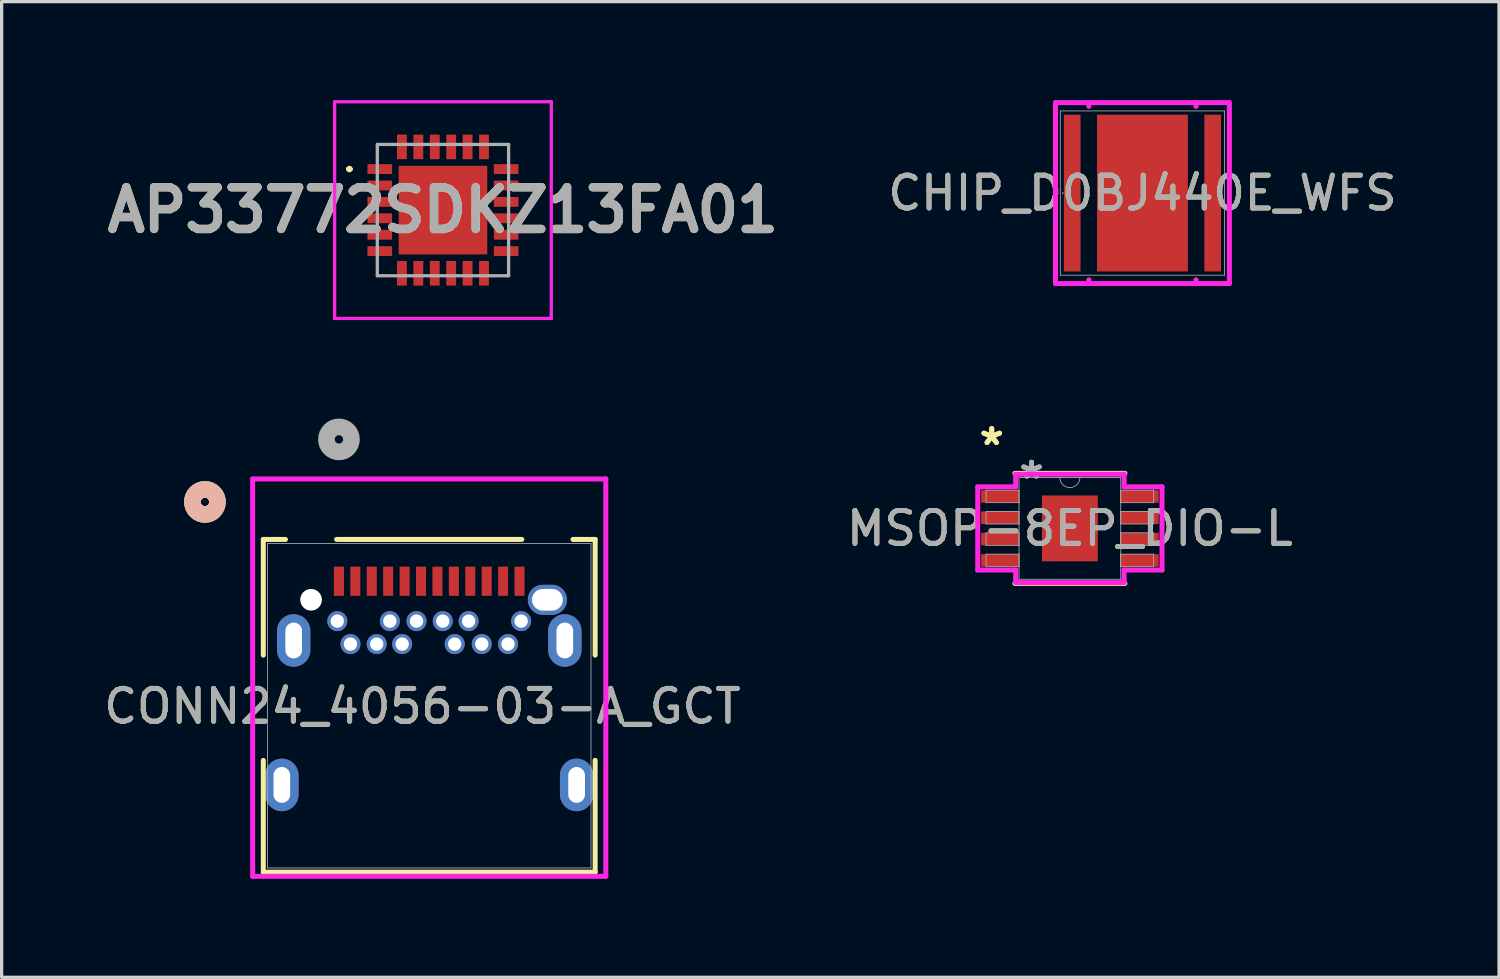
<source format=kicad_pcb>
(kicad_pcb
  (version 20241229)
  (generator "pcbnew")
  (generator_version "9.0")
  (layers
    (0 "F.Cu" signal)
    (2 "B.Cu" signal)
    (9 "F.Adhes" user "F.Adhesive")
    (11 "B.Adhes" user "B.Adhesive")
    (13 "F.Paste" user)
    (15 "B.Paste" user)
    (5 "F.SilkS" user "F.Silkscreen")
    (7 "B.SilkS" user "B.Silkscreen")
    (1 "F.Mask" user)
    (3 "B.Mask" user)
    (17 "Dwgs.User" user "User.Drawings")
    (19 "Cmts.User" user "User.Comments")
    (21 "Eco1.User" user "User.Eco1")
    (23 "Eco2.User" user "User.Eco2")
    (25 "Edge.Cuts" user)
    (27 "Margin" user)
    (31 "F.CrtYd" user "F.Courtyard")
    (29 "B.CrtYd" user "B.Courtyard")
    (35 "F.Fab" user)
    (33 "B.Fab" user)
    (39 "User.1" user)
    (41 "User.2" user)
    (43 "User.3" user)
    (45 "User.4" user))
  (footprint "MSOP-8EP_DIO-L"
    (layer "F.Cu")
    (at 29.542 13.047)
    (property "Reference" "MSOP-8EP_DIO-L" (at 0 0 0) (unlocked yes) (layer "F.SilkS") (effects (font (size 1 1) (thickness 0.15))))
    (attr smd)
    (fp_line (start -1.676 1.676) (end 1.676 1.676) (stroke (width 0.152) (type solid)) (layer "F.SilkS"))
    (fp_line (start 1.676 -1.676) (end -1.676 -1.676) (stroke (width 0.152) (type solid)) (layer "F.SilkS"))
    (fp_line (start -2.807 -1.267) (end -1.651 -1.267) (stroke (width 0.152) (type solid)) (layer "F.CrtYd"))
    (fp_line (start -2.807 1.267) (end -2.807 -1.267) (stroke (width 0.152) (type solid)) (layer "F.CrtYd"))
    (fp_line (start -2.807 1.267) (end -1.651 1.267) (stroke (width 0.152) (type solid)) (layer "F.CrtYd"))
    (fp_line (start -1.651 -1.651) (end 1.651 -1.651) (stroke (width 0.152) (type solid)) (layer "F.CrtYd"))
    (fp_line (start -1.651 -1.267) (end -1.651 -1.651) (stroke (width 0.152) (type solid)) (layer "F.CrtYd"))
    (fp_line (start -1.651 1.651) (end -1.651 1.267) (stroke (width 0.152) (type solid)) (layer "F.CrtYd"))
    (fp_line (start 1.651 -1.651) (end 1.651 -1.267) (stroke (width 0.152) (type solid)) (layer "F.CrtYd"))
    (fp_line (start 1.651 1.267) (end 1.651 1.651) (stroke (width 0.152) (type solid)) (layer "F.CrtYd"))
    (fp_line (start 1.651 1.651) (end -1.651 1.651) (stroke (width 0.152) (type solid)) (layer "F.CrtYd"))
    (fp_line (start 2.807 -1.267) (end 1.651 -1.267) (stroke (width 0.152) (type solid)) (layer "F.CrtYd"))
    (fp_line (start 2.807 -1.267) (end 2.807 1.267) (stroke (width 0.152) (type solid)) (layer "F.CrtYd"))
    (fp_line (start 2.807 1.267) (end 1.651 1.267) (stroke (width 0.152) (type solid)) (layer "F.CrtYd"))
    (fp_line (start -2.553 -1.165) (end -2.553 -0.784) (stroke (width 0.025) (type solid)) (layer "F.Fab"))
    (fp_line (start -2.553 -0.784) (end -1.549 -0.784) (stroke (width 0.025) (type solid)) (layer "F.Fab"))
    (fp_line (start -2.553 -0.515) (end -2.553 -0.134) (stroke (width 0.025) (type solid)) (layer "F.Fab"))
    (fp_line (start -2.553 -0.134) (end -1.549 -0.134) (stroke (width 0.025) (type solid)) (layer "F.Fab"))
    (fp_line (start -2.553 0.134) (end -2.553 0.515) (stroke (width 0.025) (type solid)) (layer "F.Fab"))
    (fp_line (start -2.553 0.515) (end -1.549 0.515) (stroke (width 0.025) (type solid)) (layer "F.Fab"))
    (fp_line (start -2.553 0.784) (end -2.553 1.165) (stroke (width 0.025) (type solid)) (layer "F.Fab"))
    (fp_line (start -2.553 1.165) (end -1.549 1.165) (stroke (width 0.025) (type solid)) (layer "F.Fab"))
    (fp_line (start -1.549 -1.549) (end -1.549 1.549) (stroke (width 0.025) (type solid)) (layer "F.Fab"))
    (fp_line (start -1.549 -1.165) (end -2.553 -1.165) (stroke (width 0.025) (type solid)) (layer "F.Fab"))
    (fp_line (start -1.549 -0.784) (end -1.549 -1.165) (stroke (width 0.025) (type solid)) (layer "F.Fab"))
    (fp_line (start -1.549 -0.515) (end -2.553 -0.515) (stroke (width 0.025) (type solid)) (layer "F.Fab"))
    (fp_line (start -1.549 -0.134) (end -1.549 -0.515) (stroke (width 0.025) (type solid)) (layer "F.Fab"))
    (fp_line (start -1.549 0.134) (end -2.553 0.134) (stroke (width 0.025) (type solid)) (layer "F.Fab"))
    (fp_line (start -1.549 0.515) (end -1.549 0.134) (stroke (width 0.025) (type solid)) (layer "F.Fab"))
    (fp_line (start -1.549 0.784) (end -2.553 0.784) (stroke (width 0.025) (type solid)) (layer "F.Fab"))
    (fp_line (start -1.549 1.165) (end -1.549 0.784) (stroke (width 0.025) (type solid)) (layer "F.Fab"))
    (fp_line (start -1.549 1.549) (end 1.549 1.549) (stroke (width 0.025) (type solid)) (layer "F.Fab"))
    (fp_line (start 1.549 -1.549) (end -1.549 -1.549) (stroke (width 0.025) (type solid)) (layer "F.Fab"))
    (fp_line (start 1.549 -1.165) (end 1.549 -0.784) (stroke (width 0.025) (type solid)) (layer "F.Fab"))
    (fp_line (start 1.549 -0.784) (end 2.553 -0.784) (stroke (width 0.025) (type solid)) (layer "F.Fab"))
    (fp_line (start 1.549 -0.515) (end 1.549 -0.134) (stroke (width 0.025) (type solid)) (layer "F.Fab"))
    (fp_line (start 1.549 -0.134) (end 2.553 -0.134) (stroke (width 0.025) (type solid)) (layer "F.Fab"))
    (fp_line (start 1.549 0.134) (end 1.549 0.515) (stroke (width 0.025) (type solid)) (layer "F.Fab"))
    (fp_line (start 1.549 0.515) (end 2.553 0.515) (stroke (width 0.025) (type solid)) (layer "F.Fab"))
    (fp_line (start 1.549 0.784) (end 1.549 1.165) (stroke (width 0.025) (type solid)) (layer "F.Fab"))
    (fp_line (start 1.549 1.165) (end 2.553 1.165) (stroke (width 0.025) (type solid)) (layer "F.Fab"))
    (fp_line (start 1.549 1.549) (end 1.549 -1.549) (stroke (width 0.025) (type solid)) (layer "F.Fab"))
    (fp_line (start 2.553 -1.165) (end 1.549 -1.165) (stroke (width 0.025) (type solid)) (layer "F.Fab"))
    (fp_line (start 2.553 -0.784) (end 2.553 -1.165) (stroke (width 0.025) (type solid)) (layer "F.Fab"))
    (fp_line (start 2.553 -0.515) (end 1.549 -0.515) (stroke (width 0.025) (type solid)) (layer "F.Fab"))
    (fp_line (start 2.553 -0.134) (end 2.553 -0.515) (stroke (width 0.025) (type solid)) (layer "F.Fab"))
    (fp_line (start 2.553 0.134) (end 1.549 0.134) (stroke (width 0.025) (type solid)) (layer "F.Fab"))
    (fp_line (start 2.553 0.515) (end 2.553 0.134) (stroke (width 0.025) (type solid)) (layer "F.Fab"))
    (fp_line (start 2.553 0.784) (end 1.549 0.784) (stroke (width 0.025) (type solid)) (layer "F.Fab"))
    (fp_line (start 2.553 1.165) (end 2.553 0.784) (stroke (width 0.025) (type solid)) (layer "F.Fab"))
    (fp_arc (start 0.3048 -1.5494) (mid 0 -1.2446) (end -0.3048 -1.5494) (stroke (width 0.0254) (type solid)) (layer "F.Fab"))
    (fp_text user "*" (at -2.381 -2.499 0) (unlocked yes) (layer "F.SilkS") (effects (font (size 1 1) (thickness 0.15))))
    (fp_text user "*" (at -2.381 -2.499 0) (layer "F.SilkS") (effects (font (size 1 1) (thickness 0.15))))
    (fp_text user "${REFERENCE}" (at 0 0 0) (unlocked yes) (layer "F.Fab") (effects (font (size 1 1) (thickness 0.15))))
    (fp_text user "*" (at -1.168 -1.473 0) (unlocked yes) (layer "F.Fab") (effects (font (size 1 1) (thickness 0.15))))
    (fp_text user "*" (at -1.168 -1.473 0) (layer "F.Fab") (effects (font (size 1 1) (thickness 0.15))))
    (pad "1" smd rect (at -2.127 -0.975) (size 1.156 0.381) (layers "F.Cu" "F.Mask" "F.Paste"))
    (pad "2" smd rect (at -2.127 -0.325) (size 1.156 0.381) (layers "F.Cu" "F.Mask" "F.Paste"))
    (pad "3" smd rect (at -2.127 0.325) (size 1.156 0.381) (layers "F.Cu" "F.Mask" "F.Paste"))
    (pad "4" smd rect (at -2.127 0.975) (size 1.156 0.381) (layers "F.Cu" "F.Mask" "F.Paste"))
    (pad "5" smd rect (at 2.127 0.975) (size 1.156 0.381) (layers "F.Cu" "F.Mask" "F.Paste"))
    (pad "6" smd rect (at 2.127 0.325) (size 1.156 0.381) (layers "F.Cu" "F.Mask" "F.Paste"))
    (pad "7" smd rect (at 2.127 -0.325) (size 1.156 0.381) (layers "F.Cu" "F.Mask" "F.Paste"))
    (pad "8" smd rect (at 2.127 -0.975) (size 1.156 0.381) (layers "F.Cu" "F.Mask" "F.Paste"))
    (pad "EPAD" smd rect (at 0 0) (size 1.702 2.007) (layers "F.Cu" "F.Mask" "F.Paste")))
  (footprint "CHIP_D0BJ440E_WFS"
    (layer "F.Cu")
    (at 31.752 2.832)
    (property "Reference" "CHIP_D0BJ440E_WFS" (at 0 0 0) (unlocked yes) (layer "F.SilkS") (effects (font (size 1 1) (thickness 0.15))))
    (attr smd)
    (fp_line (start -2.648 -2.756) (end -1.632 -2.756) (stroke (width 0.152) (type solid)) (layer "F.CrtYd"))
    (fp_line (start -2.648 2.756) (end -2.648 -2.756) (stroke (width 0.152) (type solid)) (layer "F.CrtYd"))
    (fp_line (start -2.648 2.756) (end -1.632 2.756) (stroke (width 0.152) (type solid)) (layer "F.CrtYd"))
    (fp_line (start -1.638 -2.756) (end -1.638 -2.756) (stroke (width 0.152) (type solid)) (layer "F.CrtYd"))
    (fp_line (start -1.638 -2.756) (end 1.638 -2.756) (stroke (width 0.152) (type solid)) (layer "F.CrtYd"))
    (fp_line (start -1.638 2.756) (end -1.638 2.756) (stroke (width 0.152) (type solid)) (layer "F.CrtYd"))
    (fp_line (start -1.638 2.756) (end 1.638 2.756) (stroke (width 0.152) (type solid)) (layer "F.CrtYd"))
    (fp_line (start -1.632 -2.756) (end -1.638 -2.756) (stroke (width 0.152) (type solid)) (layer "F.CrtYd"))
    (fp_line (start -1.632 -2.642) (end -1.632 -2.756) (stroke (width 0.152) (type solid)) (layer "F.CrtYd"))
    (fp_line (start -1.632 2.642) (end -1.632 2.756) (stroke (width 0.152) (type solid)) (layer "F.CrtYd"))
    (fp_line (start -1.632 2.756) (end -1.638 2.756) (stroke (width 0.152) (type solid)) (layer "F.CrtYd"))
    (fp_line (start 1.632 -2.756) (end 1.638 -2.756) (stroke (width 0.152) (type solid)) (layer "F.CrtYd"))
    (fp_line (start 1.632 -2.642) (end 1.632 -2.756) (stroke (width 0.152) (type solid)) (layer "F.CrtYd"))
    (fp_line (start 1.632 2.642) (end 1.632 2.756) (stroke (width 0.152) (type solid)) (layer "F.CrtYd"))
    (fp_line (start 1.632 2.756) (end 1.638 2.756) (stroke (width 0.152) (type solid)) (layer "F.CrtYd"))
    (fp_line (start 1.638 -2.756) (end 1.638 -2.756) (stroke (width 0.152) (type solid)) (layer "F.CrtYd"))
    (fp_line (start 1.638 2.756) (end 1.638 2.756) (stroke (width 0.152) (type solid)) (layer "F.CrtYd"))
    (fp_line (start 2.648 -2.756) (end 1.632 -2.756) (stroke (width 0.152) (type solid)) (layer "F.CrtYd"))
    (fp_line (start 2.648 -2.756) (end 2.648 2.756) (stroke (width 0.152) (type solid)) (layer "F.CrtYd"))
    (fp_line (start 2.648 2.756) (end 1.632 2.756) (stroke (width 0.152) (type solid)) (layer "F.CrtYd"))
    (fp_line (start -2.502 -2.502) (end -2.502 2.502) (stroke (width 0.025) (type solid)) (layer "F.Fab"))
    (fp_line (start -2.502 2.502) (end 2.502 2.502) (stroke (width 0.025) (type solid)) (layer "F.Fab"))
    (fp_line (start 2.502 -2.502) (end -2.502 -2.502) (stroke (width 0.025) (type solid)) (layer "F.Fab"))
    (fp_line (start 2.502 2.502) (end 2.502 -2.502) (stroke (width 0.025) (type solid)) (layer "F.Fab"))
    (fp_circle (center -2.426 0) (end -2.426 0) (stroke (width 0.025) (type solid)) (fill no) (layer "F.Fab"))
    (fp_text user "${REFERENCE}" (at 0 0 0) (unlocked yes) (layer "F.Fab") (effects (font (size 1 1) (thickness 0.15))))
    (pad "1" smd rect (at -2.14 0) (size 0.508 4.775) (layers "F.Cu" "F.Mask" "F.Paste"))
    (pad "2" smd rect (at 0 0) (size 2.769 4.775) (layers "F.Cu" "F.Mask" "F.Paste"))
    (pad "3" smd rect (at 2.14 0) (size 0.508 4.775) (layers "F.Cu" "F.Mask" "F.Paste"))
    (zone (net_name "") (layer "F.Cu") (hatch full 0.508) (connect_pads) (min_thickness 0.254) (filled_areas_thickness no) (keepout (tracks not_allowed) (vias not_allowed) (pads allowed) (copperpour not_allowed) (footprints allowed)) (placement (enabled no)) (fill) (polygon (pts (xy 30.316 0.381) (xy 29.916 0.381) (xy 29.916 5.283) (xy 30.316 5.283))))
    (zone (net_name "") (layer "F.Cu") (hatch full 0.508) (connect_pads) (min_thickness 0.254) (filled_areas_thickness no) (keepout (tracks not_allowed) (vias not_allowed) (pads allowed) (copperpour not_allowed) (footprints allowed)) (placement (enabled no)) (fill) (polygon (pts (xy 33.587 0.381) (xy 33.187 0.381) (xy 33.187 5.283) (xy 33.587 5.283)))))
  (footprint "AP33772SDKZ13FA01"
    (layer "F.Cu")
    (at 10.444 3.35)
    (property "Reference" "AP33772SDKZ13FA01" (at 0 0 0) (layer "F.SilkS") (effects (font (size 1.27 1.27) (thickness 0.254))))
    (attr smd)
    (fp_line (start -2.9 -1.25) (end -2.9 -1.25) (stroke (width 0.1) (type solid)) (layer "F.SilkS"))
    (fp_line (start -2.8 -1.25) (end -2.8 -1.25) (stroke (width 0.1) (type solid)) (layer "F.SilkS"))
    (fp_arc (start -2.9 -1.25) (mid -2.85 -1.3) (end -2.8 -1.25) (stroke (width 0.1) (type solid)) (layer "F.SilkS"))
    (fp_arc (start -2.8 -1.25) (mid -2.85 -1.2) (end -2.9 -1.25) (stroke (width 0.1) (type solid)) (layer "F.SilkS"))
    (fp_line (start -3.3 -3.3) (end 3.3 -3.3) (stroke (width 0.1) (type solid)) (layer "F.CrtYd"))
    (fp_line (start -3.3 3.3) (end -3.3 -3.3) (stroke (width 0.1) (type solid)) (layer "F.CrtYd"))
    (fp_line (start 3.3 -3.3) (end 3.3 3.3) (stroke (width 0.1) (type solid)) (layer "F.CrtYd"))
    (fp_line (start 3.3 3.3) (end -3.3 3.3) (stroke (width 0.1) (type solid)) (layer "F.CrtYd"))
    (fp_line (start -2 -2) (end 2 -2) (stroke (width 0.1) (type solid)) (layer "F.Fab"))
    (fp_line (start -2 2) (end -2 -2) (stroke (width 0.1) (type solid)) (layer "F.Fab"))
    (fp_line (start 2 -2) (end 2 2) (stroke (width 0.1) (type solid)) (layer "F.Fab"))
    (fp_line (start 2 2) (end -2 2) (stroke (width 0.1) (type solid)) (layer "F.Fab"))
    (fp_text user "${REFERENCE}" (at 0 0 0) (layer "F.Fab") (effects (font (size 1.27 1.27) (thickness 0.254))))
    (pad "1" smd rect (at -1.925 -1.25 90) (size 0.3 0.75) (layers "F.Cu" "F.Mask" "F.Paste"))
    (pad "2" smd rect (at -1.925 -0.75 90) (size 0.3 0.75) (layers "F.Cu" "F.Mask" "F.Paste"))
    (pad "3" smd rect (at -1.925 -0.25 90) (size 0.3 0.75) (layers "F.Cu" "F.Mask" "F.Paste"))
    (pad "4" smd rect (at -1.925 0.25 90) (size 0.3 0.75) (layers "F.Cu" "F.Mask" "F.Paste"))
    (pad "5" smd rect (at -1.925 0.75 90) (size 0.3 0.75) (layers "F.Cu" "F.Mask" "F.Paste"))
    (pad "6" smd rect (at -1.925 1.25 90) (size 0.3 0.75) (layers "F.Cu" "F.Mask" "F.Paste"))
    (pad "7" smd rect (at -1.25 1.925) (size 0.3 0.75) (layers "F.Cu" "F.Mask" "F.Paste"))
    (pad "8" smd rect (at -0.75 1.925) (size 0.3 0.75) (layers "F.Cu" "F.Mask" "F.Paste"))
    (pad "9" smd rect (at -0.25 1.925) (size 0.3 0.75) (layers "F.Cu" "F.Mask" "F.Paste"))
    (pad "10" smd rect (at 0.25 1.925) (size 0.3 0.75) (layers "F.Cu" "F.Mask" "F.Paste"))
    (pad "11" smd rect (at 0.75 1.925) (size 0.3 0.75) (layers "F.Cu" "F.Mask" "F.Paste"))
    (pad "12" smd rect (at 1.25 1.925) (size 0.3 0.75) (layers "F.Cu" "F.Mask" "F.Paste"))
    (pad "13" smd rect (at 1.925 1.25 90) (size 0.3 0.75) (layers "F.Cu" "F.Mask" "F.Paste"))
    (pad "14" smd rect (at 1.925 0.75 90) (size 0.3 0.75) (layers "F.Cu" "F.Mask" "F.Paste"))
    (pad "15" smd rect (at 1.925 0.25 90) (size 0.3 0.75) (layers "F.Cu" "F.Mask" "F.Paste"))
    (pad "16" smd rect (at 1.925 -0.25 90) (size 0.3 0.75) (layers "F.Cu" "F.Mask" "F.Paste"))
    (pad "17" smd rect (at 1.925 -0.75 90) (size 0.3 0.75) (layers "F.Cu" "F.Mask" "F.Paste"))
    (pad "18" smd rect (at 1.925 -1.25 90) (size 0.3 0.75) (layers "F.Cu" "F.Mask" "F.Paste"))
    (pad "19" smd rect (at 1.25 -1.925) (size 0.3 0.75) (layers "F.Cu" "F.Mask" "F.Paste"))
    (pad "20" smd rect (at 0.75 -1.925) (size 0.3 0.75) (layers "F.Cu" "F.Mask" "F.Paste"))
    (pad "21" smd rect (at 0.25 -1.925) (size 0.3 0.75) (layers "F.Cu" "F.Mask" "F.Paste"))
    (pad "22" smd rect (at -0.25 -1.925) (size 0.3 0.75) (layers "F.Cu" "F.Mask" "F.Paste"))
    (pad "23" smd rect (at -0.75 -1.925) (size 0.3 0.75) (layers "F.Cu" "F.Mask" "F.Paste"))
    (pad "24" smd rect (at -1.25 -1.925) (size 0.3 0.75) (layers "F.Cu" "F.Mask" "F.Paste"))
    (pad "25" smd rect (at 0 0 90) (size 2.7 2.7) (layers "F.Cu" "F.Mask" "F.Paste")))
  (footprint "CONN24_4056-03-A_GCT"
    (layer "F.Cu")
    (at 7.275 14.656)
    (property "Reference" "CONN24_4056-03-A_GCT" (at 2.54 3.81 0) (unlocked yes) (layer "F.SilkS") (effects (font (size 1 1) (thickness 0.15))))
    (attr through_hole)
    (fp_line (start -2.304 -1.273) (end -2.304 2.251) (stroke (width 0.152) (type solid)) (layer "F.SilkS"))
    (fp_line (start -2.304 5.457) (end -2.304 8.862) (stroke (width 0.152) (type solid)) (layer "F.SilkS"))
    (fp_line (start -2.304 8.862) (end 7.805 8.862) (stroke (width 0.152) (type solid)) (layer "F.SilkS"))
    (fp_line (start -1.629 -1.273) (end -2.304 -1.273) (stroke (width 0.152) (type solid)) (layer "F.SilkS"))
    (fp_line (start 5.571 -1.273) (end -0.07 -1.273) (stroke (width 0.152) (type solid)) (layer "F.SilkS"))
    (fp_line (start 7.805 -1.273) (end 7.13 -1.273) (stroke (width 0.152) (type solid)) (layer "F.SilkS"))
    (fp_line (start 7.805 2.251) (end 7.805 -1.273) (stroke (width 0.152) (type solid)) (layer "F.SilkS"))
    (fp_line (start 7.805 8.862) (end 7.805 5.457) (stroke (width 0.152) (type solid)) (layer "F.SilkS"))
    (fp_circle (center -4.082 -2.416) (end -3.701 -2.416) (stroke (width 0.508) (type solid)) (fill no) (layer "F.SilkS"))
    (fp_circle (center -4.082 -2.416) (end -3.701 -2.416) (stroke (width 0.508) (type solid)) (fill no) (layer "B.SilkS"))
    (fp_line (start -2.628 -3.115) (end -2.628 8.989) (stroke (width 0.152) (type solid)) (layer "F.CrtYd"))
    (fp_line (start -2.628 8.989) (end 8.13 8.989) (stroke (width 0.152) (type solid)) (layer "F.CrtYd"))
    (fp_line (start 8.13 -3.115) (end -2.628 -3.115) (stroke (width 0.152) (type solid)) (layer "F.CrtYd"))
    (fp_line (start 8.13 8.989) (end 8.13 -3.115) (stroke (width 0.152) (type solid)) (layer "F.CrtYd"))
    (fp_line (start -2.177 -1.146) (end -2.177 8.735) (stroke (width 0.025) (type solid)) (layer "F.Fab"))
    (fp_line (start -2.177 8.735) (end 7.678 8.735) (stroke (width 0.025) (type solid)) (layer "F.Fab"))
    (fp_line (start 7.678 -1.146) (end -2.177 -1.146) (stroke (width 0.025) (type solid)) (layer "F.Fab"))
    (fp_line (start 7.678 8.735) (end 7.678 -1.146) (stroke (width 0.025) (type solid)) (layer "F.Fab"))
    (fp_circle (center 0 -4.321) (end 0.381 -4.321) (stroke (width 0.508) (type solid)) (fill no) (layer "F.Fab"))
    (fp_text user "${REFERENCE}" (at 2.54 3.81 0) (unlocked yes) (layer "F.Fab") (effects (font (size 1 1) (thickness 0.15))))
    (pad "" np_thru_hole circle (at -0.849 0.565) (size 0.66 0.66) (drill 0.66) (layers "*.Cu" "*.Mask"))
    (pad "25" thru_hole oval (at -1.379 1.805 90) (size 1.6 1.016) (drill oval 1.092 0.508) (layers "*.Cu" "*.Mask"))
    (pad "26" thru_hole oval (at -1.739 6.205 90) (size 1.6 1.016) (drill oval 1.092 0.508) (layers "*.Cu" "*.Mask"))
    (pad "27" thru_hole oval (at 6.881 1.805 90) (size 1.6 1.016) (drill oval 1.092 0.508) (layers "*.Cu" "*.Mask"))
    (pad "28" thru_hole oval (at 7.241 6.205 90) (size 1.6 1.016) (drill oval 1.092 0.508) (layers "*.Cu" "*.Mask"))
    (pad "29" thru_hole oval (at 6.351 0.565) (size 1.194 0.914) (drill oval 0.94 0.66) (layers "*.Cu" "*.Mask"))
    (pad "A1" smd rect (at 0 0) (size 0.305 0.889) (layers "F.Cu" "F.Mask" "F.Paste"))
    (pad "A2" smd rect (at 0.5 0) (size 0.305 0.889) (layers "F.Cu" "F.Mask" "F.Paste"))
    (pad "A3" smd rect (at 1 0) (size 0.305 0.889) (layers "F.Cu" "F.Mask" "F.Paste"))
    (pad "A4" smd rect (at 1.5 0) (size 0.305 0.889) (layers "F.Cu" "F.Mask" "F.Paste"))
    (pad "A5" smd rect (at 2.001 0) (size 0.305 0.889) (layers "F.Cu" "F.Mask" "F.Paste"))
    (pad "A6" smd rect (at 2.501 0) (size 0.305 0.889) (layers "F.Cu" "F.Mask" "F.Paste"))
    (pad "A7" smd rect (at 3.001 0) (size 0.305 0.889) (layers "F.Cu" "F.Mask" "F.Paste"))
    (pad "A8" smd rect (at 3.501 0) (size 0.305 0.889) (layers "F.Cu" "F.Mask" "F.Paste"))
    (pad "A9" smd rect (at 4.001 0) (size 0.305 0.889) (layers "F.Cu" "F.Mask" "F.Paste"))
    (pad "A10" smd rect (at 4.501 0) (size 0.305 0.889) (layers "F.Cu" "F.Mask" "F.Paste"))
    (pad "A11" smd rect (at 5.001 0) (size 0.305 0.889) (layers "F.Cu" "F.Mask" "F.Paste"))
    (pad "A12" smd rect (at 5.501 0) (size 0.305 0.889) (layers "F.Cu" "F.Mask" "F.Paste"))
    (pad "B1" thru_hole circle (at 5.551 1.215) (size 0.61 0.61) (drill 0.406) (layers "*.Cu" "*.Mask"))
    (pad "B2" thru_hole circle (at 5.151 1.915) (size 0.61 0.61) (drill 0.406) (layers "*.Cu" "*.Mask"))
    (pad "B3" thru_hole circle (at 4.351 1.915) (size 0.61 0.61) (drill 0.406) (layers "*.Cu" "*.Mask"))
    (pad "B4" thru_hole circle (at 3.951 1.215) (size 0.61 0.61) (drill 0.406) (layers "*.Cu" "*.Mask"))
    (pad "B5" thru_hole circle (at 3.526 1.915) (size 0.61 0.61) (drill 0.406) (layers "*.Cu" "*.Mask"))
    (pad "B6" thru_hole circle (at 3.163 1.215) (size 0.61 0.61) (drill 0.406) (layers "*.Cu" "*.Mask"))
    (pad "B7" thru_hole circle (at 2.363 1.215) (size 0.61 0.61) (drill 0.406) (layers "*.Cu" "*.Mask"))
    (pad "B8" thru_hole circle (at 1.926 1.915) (size 0.61 0.61) (drill 0.406) (layers "*.Cu" "*.Mask"))
    (pad "B9" thru_hole circle (at 1.551 1.215) (size 0.61 0.61) (drill 0.406) (layers "*.Cu" "*.Mask"))
    (pad "B10" thru_hole circle (at 1.151 1.915) (size 0.61 0.61) (drill 0.406) (layers "*.Cu" "*.Mask"))
    (pad "B11" thru_hole circle (at 0.351 1.915) (size 0.61 0.61) (drill 0.406) (layers "*.Cu" "*.Mask"))
    (pad "B12" thru_hole circle (at -0.05 1.215) (size 0.61 0.61) (drill 0.406) (layers "*.Cu" "*.Mask")))
  (gr_rect
    (start -3 -3)
    (end 42.615 26.721)
    (stroke (width 0.1) (type default))
    (fill no)
    (layer "Edge.Cuts")))
</source>
